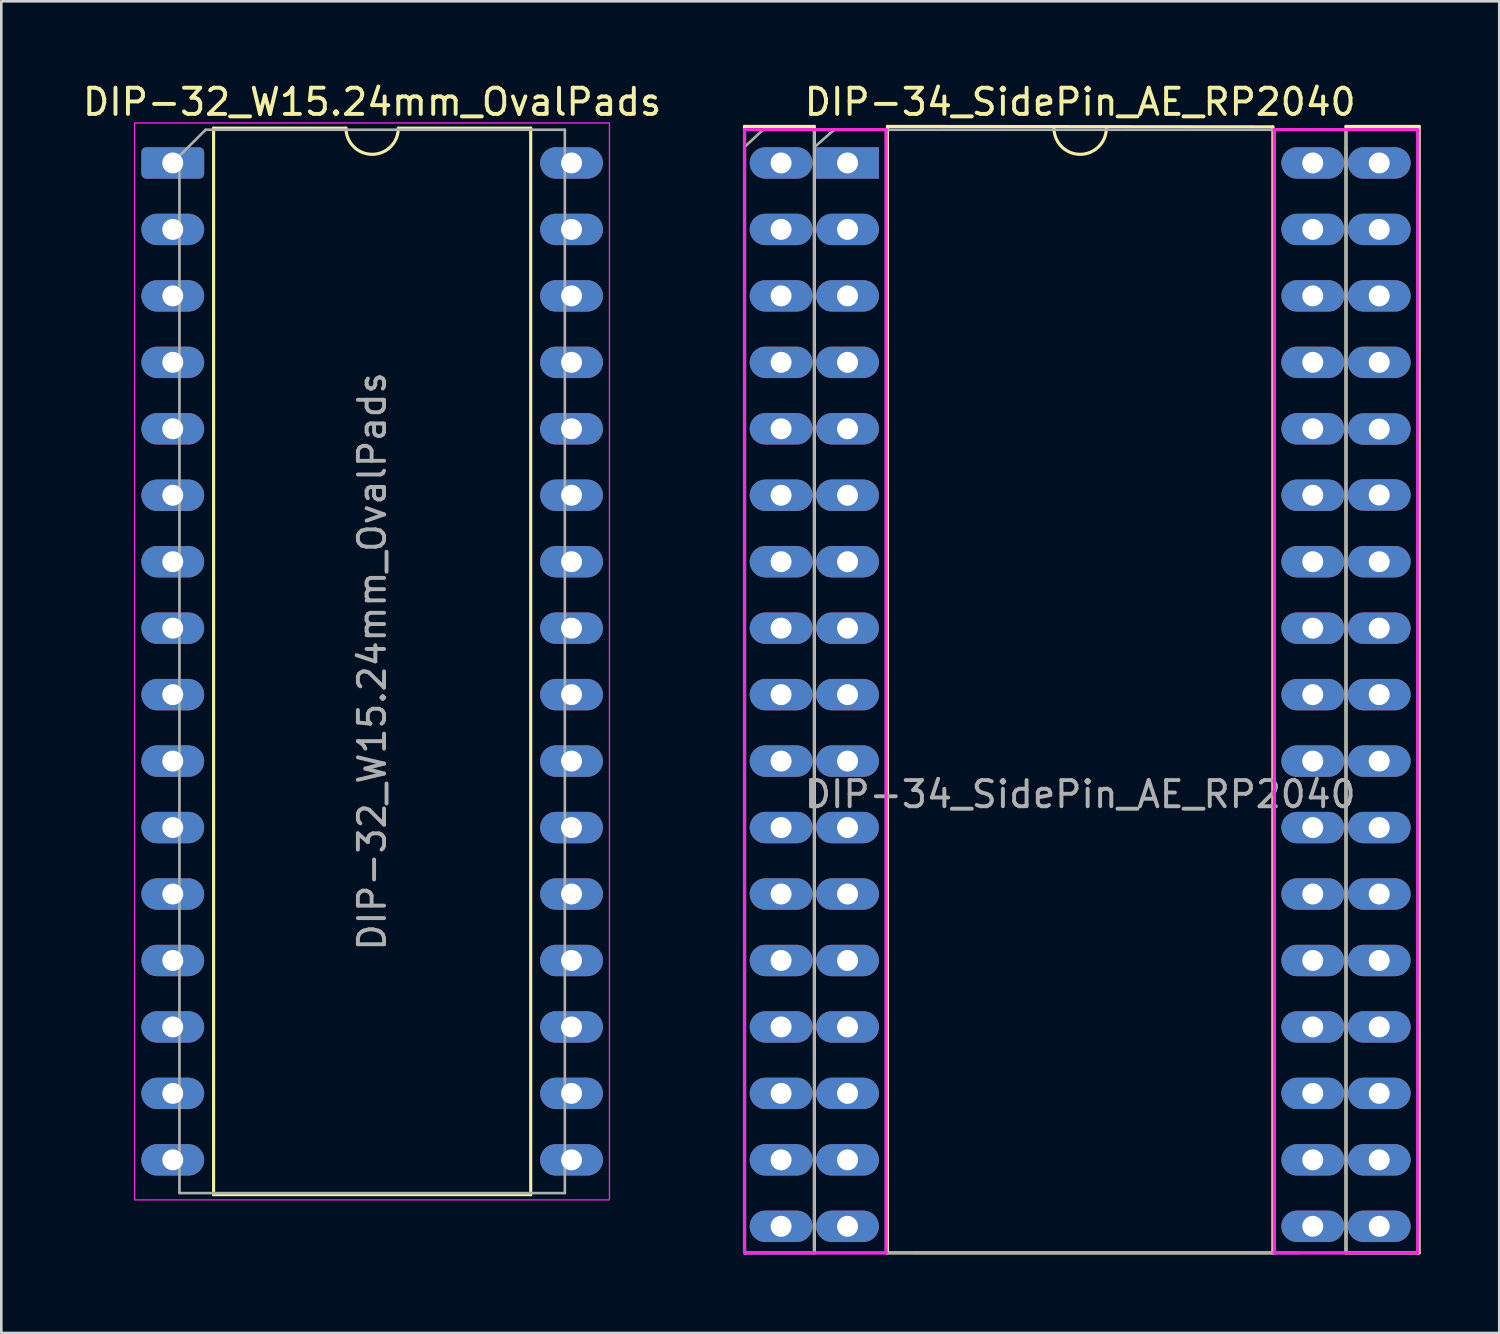
<source format=kicad_pcb>
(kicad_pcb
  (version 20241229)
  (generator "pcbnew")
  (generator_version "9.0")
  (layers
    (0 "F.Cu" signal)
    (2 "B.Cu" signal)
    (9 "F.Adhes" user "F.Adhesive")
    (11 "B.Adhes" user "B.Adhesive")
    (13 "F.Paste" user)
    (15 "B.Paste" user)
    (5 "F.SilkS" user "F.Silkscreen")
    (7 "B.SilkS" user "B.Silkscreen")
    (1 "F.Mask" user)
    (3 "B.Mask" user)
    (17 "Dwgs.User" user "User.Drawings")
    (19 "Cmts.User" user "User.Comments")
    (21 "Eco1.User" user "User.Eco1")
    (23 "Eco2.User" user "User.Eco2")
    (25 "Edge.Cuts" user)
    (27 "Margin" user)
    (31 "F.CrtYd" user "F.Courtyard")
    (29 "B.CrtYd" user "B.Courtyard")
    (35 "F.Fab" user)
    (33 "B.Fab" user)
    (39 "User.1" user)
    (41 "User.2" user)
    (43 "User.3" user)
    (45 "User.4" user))
  (footprint "DIP-34_SidePin_AE_RP2040"
    (layer "F.Cu")
    (at 29.342 3.178)
    (property "Reference" "DIP-34_SidePin_AE_RP2040" (at 8.89 -2.33 0) (layer "F.SilkS") (effects (font (size 1 1) (thickness 0.15))))
    (attr through_hole allow_missing_courtyard)
    (fp_line (start -3.937 -1.397) (end -1.27 -1.397) (stroke (width 0.12) (type solid)) (layer "F.SilkS"))
    (fp_line (start -3.937 1.27) (end -3.937 -1.397) (stroke (width 0.12) (type solid)) (layer "F.SilkS"))
    (fp_line (start -3.937 1.27) (end -3.937 41.656) (stroke (width 0.12) (type solid)) (layer "F.SilkS"))
    (fp_line (start -3.937 41.656) (end -1.27 41.656) (stroke (width 0.1) (type default)) (layer "F.SilkS"))
    (fp_line (start -1.27 -1.397) (end -1.27 41.656) (stroke (width 0.12) (type solid)) (layer "F.SilkS"))
    (fp_line (start 1.524 -1.397) (end 1.524 41.656) (stroke (width 0.12) (type solid)) (layer "F.SilkS"))
    (fp_line (start 1.524 41.656) (end 16.256 41.656) (stroke (width 0.12) (type solid)) (layer "F.SilkS"))
    (fp_line (start 16.256 41.656) (end 16.256 -1.381) (stroke (width 0.12) (type solid)) (layer "F.SilkS"))
    (fp_line (start 16.256 -1.381) (end 1.524 -1.397) (stroke (width 0.12) (type solid)) (layer "F.SilkS"))
    (fp_line (start 19.05 -1.397) (end 21.847 -1.397) (stroke (width 0.12) (type solid)) (layer "F.SilkS"))
    (fp_line (start 19.05 41.656) (end 19.05 -1.397) (stroke (width 0.12) (type solid)) (layer "F.SilkS"))
    (fp_line (start 19.05 41.656) (end 21.844 41.656) (stroke (width 0.12) (type solid)) (layer "F.SilkS"))
    (fp_line (start 21.847 -1.397) (end 21.844 41.656) (stroke (width 0.12) (type solid)) (layer "F.SilkS"))
    (fp_arc (start 9.89 -1.33) (mid 8.89 -0.33) (end 7.89 -1.33) (stroke (width 0.12) (type solid)) (layer "F.SilkS"))
    (fp_line (start -3.937 -1.27) (end -3.937 41.656) (stroke (width 0.12) (type solid)) (layer "F.CrtYd"))
    (fp_line (start -3.937 41.656) (end 1.473 41.656) (stroke (width 0.12) (type solid)) (layer "F.CrtYd"))
    (fp_line (start 1.473 -1.27) (end -3.937 -1.27) (stroke (width 0.12) (type solid)) (layer "F.CrtYd"))
    (fp_line (start 1.473 41.656) (end 1.473 -1.27) (stroke (width 0.12) (type solid)) (layer "F.CrtYd"))
    (fp_line (start 16.307 41.656) (end 21.793 41.656) (stroke (width 0.12) (type solid)) (layer "F.CrtYd"))
    (fp_line (start 16.309 -1.27) (end 16.307 41.656) (stroke (width 0.12) (type solid)) (layer "F.CrtYd"))
    (fp_line (start 21.793 -1.27) (end 16.307 -1.27) (stroke (width 0.12) (type solid)) (layer "F.CrtYd"))
    (fp_line (start 21.793 -1.27) (end 21.793 41.656) (stroke (width 0.12) (type solid)) (layer "F.CrtYd"))
    (fp_line (start -3.937 -0.61) (end -3.228 -1.27) (stroke (width 0.1) (type solid)) (layer "F.Fab"))
    (fp_line (start -3.937 41.661) (end -3.937 -0.61) (stroke (width 0.1) (type solid)) (layer "F.Fab"))
    (fp_line (start -3.228 -1.27) (end -1.27 -1.27) (stroke (width 0.1) (type solid)) (layer "F.Fab"))
    (fp_line (start -1.27 -1.27) (end -1.27 41.656) (stroke (width 0.1) (type solid)) (layer "F.Fab"))
    (fp_line (start -1.27 41.656) (end -3.937 41.661) (stroke (width 0.1) (type solid)) (layer "F.Fab"))
    (fp_line (start -1.27 41.656) (end 21.793 41.656) (stroke (width 0.1) (type solid)) (layer "F.Fab"))
    (fp_line (start -1.262 -0.61) (end -0.508 -1.27) (stroke (width 0.1) (type solid)) (layer "F.Fab"))
    (fp_line (start 1.473 -1.27) (end 1.473 41.656) (stroke (width 0.1) (type solid)) (layer "F.Fab"))
    (fp_line (start 16.307 -1.27) (end 16.307 41.656) (stroke (width 0.1) (type solid)) (layer "F.Fab"))
    (fp_line (start 17.272 41.656) (end 2.542 41.656) (stroke (width 0.1) (type solid)) (layer "F.Fab"))
    (fp_line (start 19.05 -1.27) (end -1.27 -1.27) (stroke (width 0.1) (type solid)) (layer "F.Fab"))
    (fp_line (start 19.05 -1.27) (end 21.793 -1.27) (stroke (width 0.1) (type solid)) (layer "F.Fab"))
    (fp_line (start 19.05 41.656) (end 19.05 -1.27) (stroke (width 0.1) (type solid)) (layer "F.Fab"))
    (fp_line (start 19.05 41.656) (end 19.05 -0.635) (stroke (width 0.1) (type solid)) (layer "F.Fab"))
    (fp_line (start 21.793 -1.27) (end 21.793 41.656) (stroke (width 0.1) (type solid)) (layer "F.Fab"))
    (fp_text user "${REFERENCE}" (at 8.89 24.13 0) (layer "F.Fab") (effects (font (size 1 1) (thickness 0.15))))
    (pad "1" thru_hole oval (at -2.54 0) (size 2.4 1.2) (drill 0.8) (layers "*.Cu" "*.Mask"))
    (pad "1" thru_hole rect (at 0 0) (size 2.4 1.2) (drill 0.8) (layers "*.Cu" "*.Mask"))
    (pad "2" thru_hole oval (at -2.54 2.54) (size 2.4 1.2) (drill 0.8) (layers "*.Cu" "*.Mask"))
    (pad "2" thru_hole oval (at 0 2.54) (size 2.4 1.2) (drill 0.8) (layers "*.Cu" "*.Mask"))
    (pad "3" thru_hole oval (at -2.54 5.08) (size 2.4 1.2) (drill 0.8) (layers "*.Cu" "*.Mask"))
    (pad "3" thru_hole oval (at 0 5.08) (size 2.4 1.2) (drill 0.8) (layers "*.Cu" "*.Mask"))
    (pad "4" thru_hole oval (at -2.54 7.62) (size 2.4 1.2) (drill 0.8) (layers "*.Cu" "*.Mask"))
    (pad "4" thru_hole oval (at 0 7.62) (size 2.4 1.2) (drill 0.8) (layers "*.Cu" "*.Mask"))
    (pad "5" thru_hole oval (at -2.54 10.16) (size 2.4 1.2) (drill 0.8) (layers "*.Cu" "*.Mask"))
    (pad "5" thru_hole oval (at 0 10.16) (size 2.4 1.2) (drill 0.8) (layers "*.Cu" "*.Mask"))
    (pad "6" thru_hole oval (at -2.54 12.7) (size 2.4 1.2) (drill 0.8) (layers "*.Cu" "*.Mask"))
    (pad "6" thru_hole oval (at 0 12.7) (size 2.4 1.2) (drill 0.8) (layers "*.Cu" "*.Mask"))
    (pad "7" thru_hole oval (at -2.54 15.24) (size 2.4 1.2) (drill 0.8) (layers "*.Cu" "*.Mask"))
    (pad "7" thru_hole oval (at 0 15.24) (size 2.4 1.2) (drill 0.8) (layers "*.Cu" "*.Mask"))
    (pad "8" thru_hole oval (at -2.54 17.78) (size 2.4 1.2) (drill 0.8) (layers "*.Cu" "*.Mask"))
    (pad "8" thru_hole oval (at 0 17.78) (size 2.4 1.2) (drill 0.8) (layers "*.Cu" "*.Mask"))
    (pad "9" thru_hole oval (at -2.54 20.32) (size 2.4 1.2) (drill 0.8) (layers "*.Cu" "*.Mask"))
    (pad "9" thru_hole oval (at 0 20.32) (size 2.4 1.2) (drill 0.8) (layers "*.Cu" "*.Mask"))
    (pad "10" thru_hole oval (at -2.54 22.86) (size 2.4 1.2) (drill 0.8) (layers "*.Cu" "*.Mask"))
    (pad "10" thru_hole oval (at 0 22.86) (size 2.4 1.2) (drill 0.8) (layers "*.Cu" "*.Mask"))
    (pad "11" thru_hole oval (at -2.54 25.4) (size 2.4 1.2) (drill 0.8) (layers "*.Cu" "*.Mask"))
    (pad "11" thru_hole oval (at 0 25.4) (size 2.4 1.2) (drill 0.8) (layers "*.Cu" "*.Mask"))
    (pad "12" thru_hole oval (at -2.54 27.94) (size 2.4 1.2) (drill 0.8) (layers "*.Cu" "*.Mask"))
    (pad "12" thru_hole oval (at 0 27.94) (size 2.4 1.2) (drill 0.8) (layers "*.Cu" "*.Mask"))
    (pad "13" thru_hole oval (at -2.54 30.48) (size 2.4 1.2) (drill 0.8) (layers "*.Cu" "*.Mask"))
    (pad "13" thru_hole oval (at 0 30.48) (size 2.4 1.2) (drill 0.8) (layers "*.Cu" "*.Mask"))
    (pad "14" thru_hole oval (at -2.54 33.02) (size 2.4 1.2) (drill 0.8) (layers "*.Cu" "*.Mask"))
    (pad "14" thru_hole oval (at 0 33.02) (size 2.4 1.2) (drill 0.8) (layers "*.Cu" "*.Mask"))
    (pad "15" thru_hole oval (at -2.54 35.56) (size 2.4 1.2) (drill 0.8) (layers "*.Cu" "*.Mask"))
    (pad "15" thru_hole oval (at 0 35.56) (size 2.4 1.2) (drill 0.8) (layers "*.Cu" "*.Mask"))
    (pad "16" thru_hole oval (at -2.54 38.1) (size 2.4 1.2) (drill 0.8) (layers "*.Cu" "*.Mask"))
    (pad "16" thru_hole oval (at 0 38.1) (size 2.4 1.2) (drill 0.8) (layers "*.Cu" "*.Mask"))
    (pad "17" thru_hole oval (at -2.54 40.64) (size 2.4 1.2) (drill 0.8) (layers "*.Cu" "*.Mask"))
    (pad "17" thru_hole oval (at 0 40.64) (size 2.4 1.2) (drill 0.8) (layers "*.Cu" "*.Mask"))
    (pad "18" thru_hole oval (at 17.78 40.64) (size 2.4 1.2) (drill 0.8) (layers "*.Cu" "*.Mask"))
    (pad "18" thru_hole oval (at 20.32 40.64) (size 2.4 1.2) (drill 0.8) (layers "*.Cu" "*.Mask"))
    (pad "19" thru_hole oval (at 17.78 38.1) (size 2.4 1.2) (drill 0.8) (layers "*.Cu" "*.Mask"))
    (pad "19" thru_hole oval (at 20.32 38.1) (size 2.4 1.2) (drill 0.8) (layers "*.Cu" "*.Mask"))
    (pad "20" thru_hole oval (at 17.78 35.56) (size 2.4 1.2) (drill 0.8) (layers "*.Cu" "*.Mask"))
    (pad "20" thru_hole oval (at 20.32 35.56) (size 2.4 1.2) (drill 0.8) (layers "*.Cu" "*.Mask"))
    (pad "21" thru_hole oval (at 17.78 33.02) (size 2.4 1.2) (drill 0.8) (layers "*.Cu" "*.Mask"))
    (pad "21" thru_hole oval (at 20.32 33.02) (size 2.4 1.2) (drill 0.8) (layers "*.Cu" "*.Mask"))
    (pad "22" thru_hole oval (at 17.78 30.48) (size 2.4 1.2) (drill 0.8) (layers "*.Cu" "*.Mask"))
    (pad "22" thru_hole oval (at 20.32 30.48) (size 2.4 1.2) (drill 0.8) (layers "*.Cu" "*.Mask"))
    (pad "23" thru_hole oval (at 17.78 27.94) (size 2.4 1.2) (drill 0.8) (layers "*.Cu" "*.Mask"))
    (pad "23" thru_hole oval (at 20.32 27.94) (size 2.4 1.2) (drill 0.8) (layers "*.Cu" "*.Mask"))
    (pad "24" thru_hole oval (at 17.78 25.4) (size 2.4 1.2) (drill 0.8) (layers "*.Cu" "*.Mask"))
    (pad "24" thru_hole oval (at 20.32 25.4) (size 2.4 1.2) (drill 0.8) (layers "*.Cu" "*.Mask"))
    (pad "25" thru_hole oval (at 17.78 22.86) (size 2.4 1.2) (drill 0.8) (layers "*.Cu" "*.Mask"))
    (pad "25" thru_hole oval (at 20.32 22.86) (size 2.4 1.2) (drill 0.8) (layers "*.Cu" "*.Mask"))
    (pad "26" thru_hole oval (at 17.78 20.32) (size 2.4 1.2) (drill 0.8) (layers "*.Cu" "*.Mask"))
    (pad "26" thru_hole oval (at 20.32 20.32) (size 2.4 1.2) (drill 0.8) (layers "*.Cu" "*.Mask"))
    (pad "27" thru_hole oval (at 17.78 17.78) (size 2.4 1.2) (drill 0.8) (layers "*.Cu" "*.Mask"))
    (pad "27" thru_hole oval (at 20.32 17.78) (size 2.4 1.2) (drill 0.8) (layers "*.Cu" "*.Mask"))
    (pad "28" thru_hole oval (at 17.78 15.24) (size 2.4 1.2) (drill 0.8) (layers "*.Cu" "*.Mask"))
    (pad "28" thru_hole oval (at 20.32 15.24) (size 2.4 1.2) (drill 0.8) (layers "*.Cu" "*.Mask"))
    (pad "29" thru_hole oval (at 17.78 12.7) (size 2.4 1.2) (drill 0.8) (layers "*.Cu" "*.Mask"))
    (pad "29" thru_hole oval (at 20.32 12.69) (size 2.4 1.2) (drill 0.8) (layers "*.Cu" "*.Mask"))
    (pad "30" thru_hole oval (at 17.78 10.16) (size 2.4 1.2) (drill 0.8) (layers "*.Cu" "*.Mask"))
    (pad "30" thru_hole oval (at 20.32 10.17) (size 2.4 1.2) (drill 0.8) (layers "*.Cu" "*.Mask"))
    (pad "31" thru_hole oval (at 17.78 7.62) (size 2.4 1.2) (drill 0.8) (layers "*.Cu" "*.Mask"))
    (pad "31" thru_hole oval (at 20.32 7.62) (size 2.4 1.2) (drill 0.8) (layers "*.Cu" "*.Mask"))
    (pad "32" thru_hole oval (at 17.78 5.08) (size 2.4 1.2) (drill 0.8) (layers "*.Cu" "*.Mask"))
    (pad "32" thru_hole oval (at 20.32 5.08) (size 2.4 1.2) (drill 0.8) (layers "*.Cu" "*.Mask"))
    (pad "33" thru_hole oval (at 17.78 2.54) (size 2.4 1.2) (drill 0.8) (layers "*.Cu" "*.Mask"))
    (pad "33" thru_hole oval (at 20.32 2.54) (size 2.4 1.2) (drill 0.8) (layers "*.Cu" "*.Mask"))
    (pad "34" thru_hole oval (at 17.78 0) (size 2.4 1.2) (drill 0.8) (layers "*.Cu" "*.Mask"))
    (pad "34" thru_hole oval (at 20.32 0) (size 2.4 1.2) (drill 0.8) (layers "*.Cu" "*.Mask")))
  (footprint "DIP-32_W15.24mm_OvalPads"
    (layer "F.Cu")
    (at 3.553 3.178)
    (property "Reference" "DIP-32_W15.24mm_OvalPads" (at 7.62 -2.33 0) (layer "F.SilkS") (effects (font (size 1 1) (thickness 0.15))))
    (attr through_hole)
    (fp_line (start 1.56 -1.33) (end 1.56 39.43) (stroke (width 0.12) (type solid)) (layer "F.SilkS"))
    (fp_line (start 1.56 39.43) (end 13.68 39.43) (stroke (width 0.12) (type solid)) (layer "F.SilkS"))
    (fp_line (start 6.62 -1.33) (end 1.56 -1.33) (stroke (width 0.12) (type solid)) (layer "F.SilkS"))
    (fp_line (start 13.68 -1.33) (end 8.62 -1.33) (stroke (width 0.12) (type solid)) (layer "F.SilkS"))
    (fp_line (start 13.68 39.43) (end 13.68 -1.33) (stroke (width 0.12) (type solid)) (layer "F.SilkS"))
    (fp_arc (start 8.62 -1.33) (mid 7.62 -0.33) (end 6.62 -1.33) (stroke (width 0.12) (type solid)) (layer "F.SilkS"))
    (fp_rect (start -1.46 -1.53) (end 16.69 39.63) (stroke (width 0.05) (type solid)) (fill no) (layer "F.CrtYd"))
    (fp_line (start 0.255 -0.27) (end 1.255 -1.27) (stroke (width 0.1) (type solid)) (layer "F.Fab"))
    (fp_line (start 0.255 39.37) (end 0.255 -0.27) (stroke (width 0.1) (type solid)) (layer "F.Fab"))
    (fp_line (start 1.255 -1.27) (end 14.985 -1.27) (stroke (width 0.1) (type solid)) (layer "F.Fab"))
    (fp_line (start 14.985 -1.27) (end 14.985 39.37) (stroke (width 0.1) (type solid)) (layer "F.Fab"))
    (fp_line (start 14.985 39.37) (end 0.255 39.37) (stroke (width 0.1) (type solid)) (layer "F.Fab"))
    (fp_text user "${REFERENCE}" (at 7.62 19.05 90) (layer "F.Fab") (effects (font (size 1 1) (thickness 0.15))))
    (pad "1" thru_hole roundrect (at 0 0) (size 2.4 1.2) (drill 0.8) (layers "*.Cu" "*.Mask") (roundrect_rratio 0.156))
    (pad "2" thru_hole oval (at 0 2.54) (size 2.4 1.2) (drill 0.8) (layers "*.Cu" "*.Mask"))
    (pad "3" thru_hole oval (at 0 5.08) (size 2.4 1.2) (drill 0.8) (layers "*.Cu" "*.Mask"))
    (pad "4" thru_hole oval (at 0 7.62) (size 2.4 1.2) (drill 0.8) (layers "*.Cu" "*.Mask"))
    (pad "5" thru_hole oval (at 0 10.16) (size 2.4 1.2) (drill 0.8) (layers "*.Cu" "*.Mask"))
    (pad "6" thru_hole oval (at 0 12.7) (size 2.4 1.2) (drill 0.8) (layers "*.Cu" "*.Mask"))
    (pad "7" thru_hole oval (at 0 15.24) (size 2.4 1.2) (drill 0.8) (layers "*.Cu" "*.Mask"))
    (pad "8" thru_hole oval (at 0 17.78) (size 2.4 1.2) (drill 0.8) (layers "*.Cu" "*.Mask"))
    (pad "9" thru_hole oval (at 0 20.32) (size 2.4 1.2) (drill 0.8) (layers "*.Cu" "*.Mask"))
    (pad "10" thru_hole oval (at 0 22.86) (size 2.4 1.2) (drill 0.8) (layers "*.Cu" "*.Mask"))
    (pad "11" thru_hole oval (at 0 25.4) (size 2.4 1.2) (drill 0.8) (layers "*.Cu" "*.Mask"))
    (pad "12" thru_hole oval (at 0 27.94) (size 2.4 1.2) (drill 0.8) (layers "*.Cu" "*.Mask"))
    (pad "13" thru_hole oval (at 0 30.48) (size 2.4 1.2) (drill 0.8) (layers "*.Cu" "*.Mask"))
    (pad "14" thru_hole oval (at 0 33.02) (size 2.4 1.2) (drill 0.8) (layers "*.Cu" "*.Mask"))
    (pad "15" thru_hole oval (at 0 35.56) (size 2.4 1.2) (drill 0.8) (layers "*.Cu" "*.Mask"))
    (pad "16" thru_hole oval (at 0 38.1) (size 2.4 1.2) (drill 0.8) (layers "*.Cu" "*.Mask"))
    (pad "17" thru_hole oval (at 15.24 38.1) (size 2.4 1.2) (drill 0.8) (layers "*.Cu" "*.Mask"))
    (pad "18" thru_hole oval (at 15.24 35.56) (size 2.4 1.2) (drill 0.8) (layers "*.Cu" "*.Mask"))
    (pad "19" thru_hole oval (at 15.24 33.02) (size 2.4 1.2) (drill 0.8) (layers "*.Cu" "*.Mask"))
    (pad "20" thru_hole oval (at 15.24 30.48) (size 2.4 1.2) (drill 0.8) (layers "*.Cu" "*.Mask"))
    (pad "21" thru_hole oval (at 15.24 27.94) (size 2.4 1.2) (drill 0.8) (layers "*.Cu" "*.Mask"))
    (pad "22" thru_hole oval (at 15.24 25.4) (size 2.4 1.2) (drill 0.8) (layers "*.Cu" "*.Mask"))
    (pad "23" thru_hole oval (at 15.24 22.86) (size 2.4 1.2) (drill 0.8) (layers "*.Cu" "*.Mask"))
    (pad "24" thru_hole oval (at 15.24 20.32) (size 2.4 1.2) (drill 0.8) (layers "*.Cu" "*.Mask"))
    (pad "25" thru_hole oval (at 15.24 17.78) (size 2.4 1.2) (drill 0.8) (layers "*.Cu" "*.Mask"))
    (pad "26" thru_hole oval (at 15.24 15.24) (size 2.4 1.2) (drill 0.8) (layers "*.Cu" "*.Mask"))
    (pad "27" thru_hole oval (at 15.24 12.7) (size 2.4 1.2) (drill 0.8) (layers "*.Cu" "*.Mask"))
    (pad "28" thru_hole oval (at 15.24 10.16) (size 2.4 1.2) (drill 0.8) (layers "*.Cu" "*.Mask"))
    (pad "29" thru_hole oval (at 15.24 7.62) (size 2.4 1.2) (drill 0.8) (layers "*.Cu" "*.Mask"))
    (pad "30" thru_hole oval (at 15.24 5.08) (size 2.4 1.2) (drill 0.8) (layers "*.Cu" "*.Mask"))
    (pad "31" thru_hole oval (at 15.24 2.54) (size 2.4 1.2) (drill 0.8) (layers "*.Cu" "*.Mask"))
    (pad "32" thru_hole oval (at 15.24 0) (size 2.4 1.2) (drill 0.8) (layers "*.Cu" "*.Mask")))
  (gr_rect
    (start -3 -3)
    (end 54.249 47.894)
    (stroke (width 0.1) (type default))
    (fill no)
    (layer "Edge.Cuts")))
</source>
